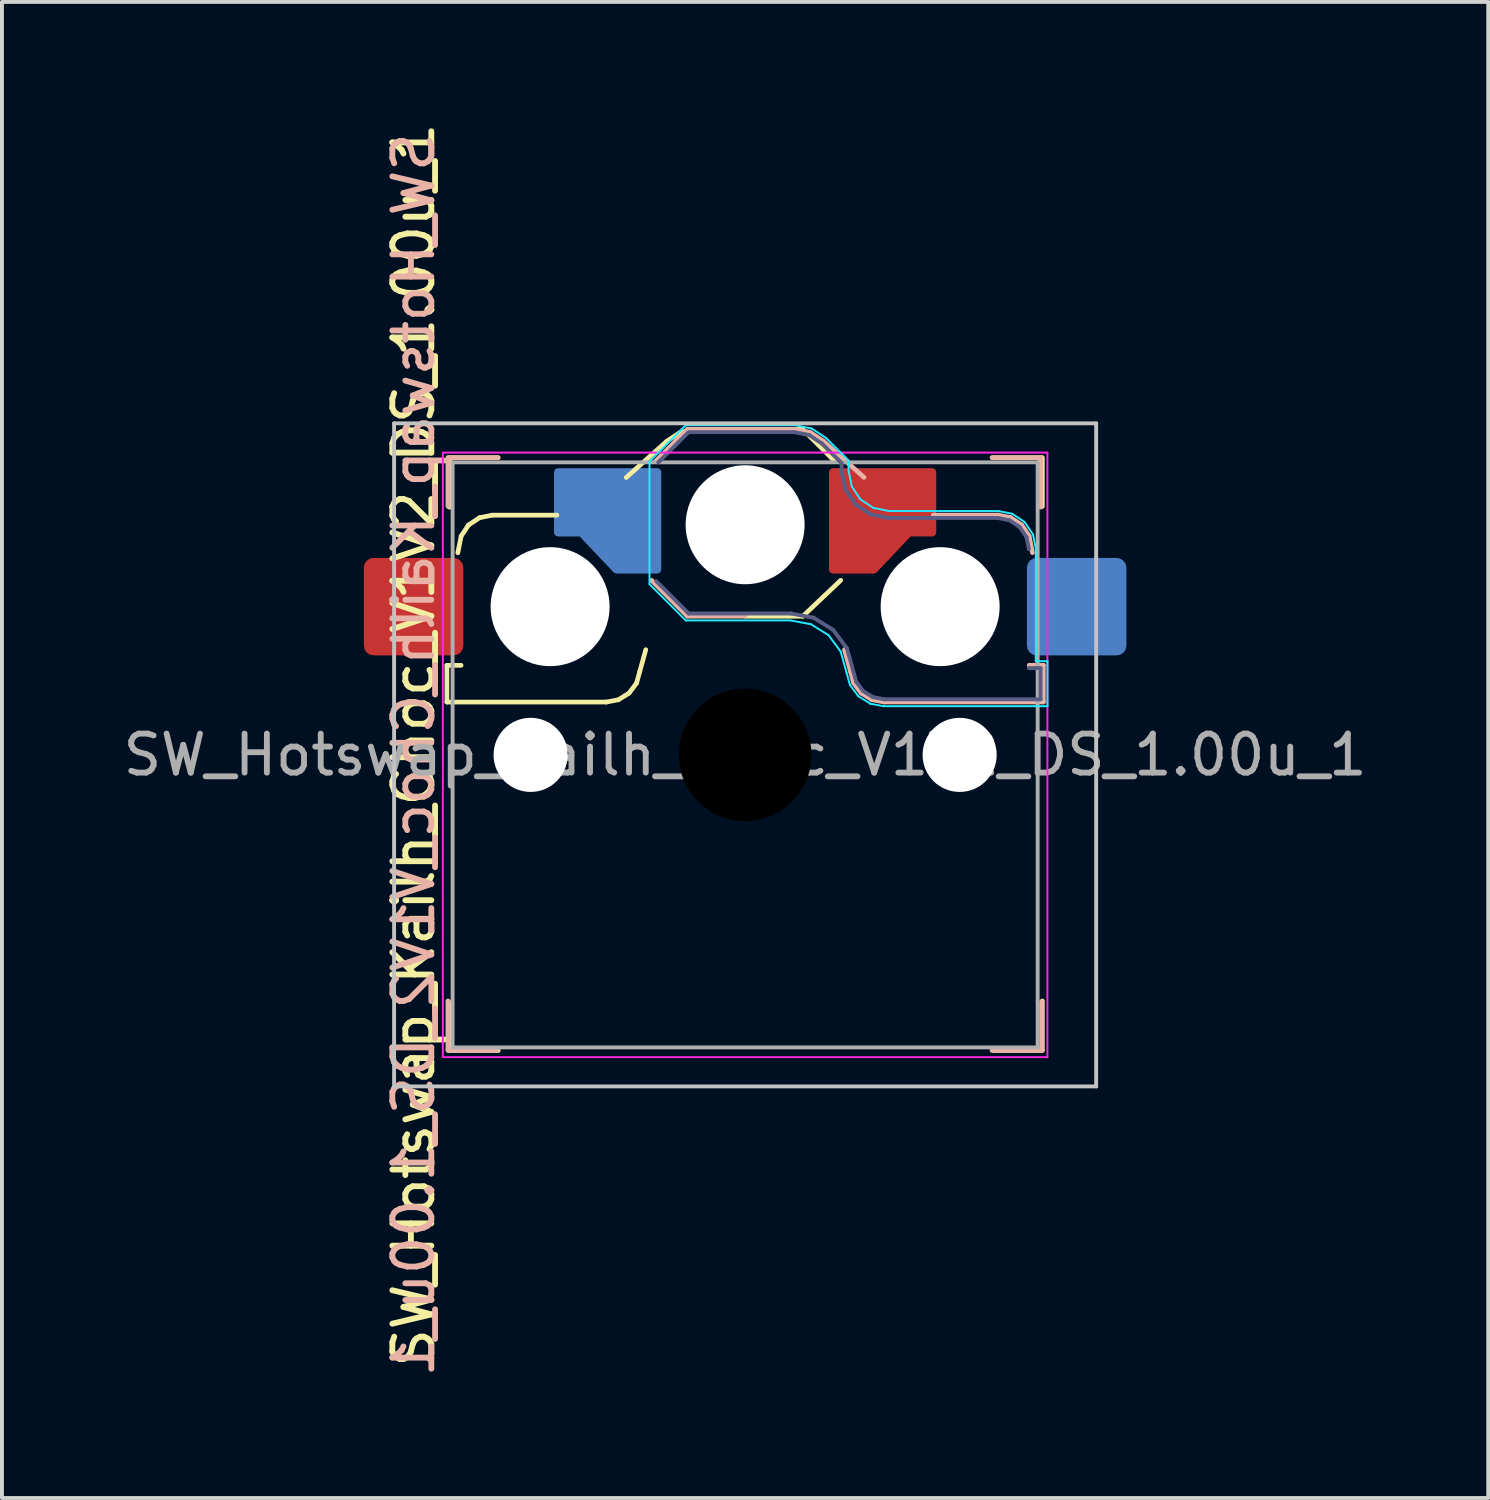
<source format=kicad_pcb>
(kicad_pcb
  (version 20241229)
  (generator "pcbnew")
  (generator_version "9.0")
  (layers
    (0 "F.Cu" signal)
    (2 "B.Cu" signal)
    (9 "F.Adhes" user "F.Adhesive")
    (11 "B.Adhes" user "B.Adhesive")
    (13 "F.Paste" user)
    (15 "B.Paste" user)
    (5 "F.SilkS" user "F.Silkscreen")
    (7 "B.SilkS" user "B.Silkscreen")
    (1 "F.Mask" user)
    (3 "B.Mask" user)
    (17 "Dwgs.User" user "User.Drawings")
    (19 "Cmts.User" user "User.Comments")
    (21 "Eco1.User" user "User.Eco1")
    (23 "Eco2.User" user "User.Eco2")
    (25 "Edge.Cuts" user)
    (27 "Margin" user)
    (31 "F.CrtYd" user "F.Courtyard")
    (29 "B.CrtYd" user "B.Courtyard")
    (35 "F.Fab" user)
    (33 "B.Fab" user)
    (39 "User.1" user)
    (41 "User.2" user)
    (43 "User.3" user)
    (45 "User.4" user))
  (footprint "SW_Hotswap_Kailh_Choc_V1V2_DS_1.00u_1"
    (layer "F.Cu")
    (at 16.054 16.304)
    (property "Reference" "SW_Hotswap_Kailh_Choc_V1V2_DS_1.00u_1" (at -8.5 0 90) (unlocked yes) (layer "B.SilkS") (effects (font (size 1 1) (thickness 0.15)) (justify mirror)))
    (attr smd)
    (fp_line (start -7.646 -2.296) (end -7.646 -1.354) (stroke (width 0.12) (type solid)) (layer "F.SilkS"))
    (fp_line (start -7.646 -1.354) (end -3.56 -1.354) (stroke (width 0.12) (type solid)) (layer "F.SilkS"))
    (fp_line (start -7.6 6.33) (end -7.6 7.58) (stroke (width 0.12) (type solid)) (layer "F.SilkS"))
    (fp_line (start -7.58 -7.62) (end -7.58 -6.37) (stroke (width 0.12) (type solid)) (layer "F.SilkS"))
    (fp_line (start -7.58 -7.6) (end -7.58 -6.35) (stroke (width 0.12) (type solid)) (layer "F.SilkS"))
    (fp_line (start -7.58 7.58) (end -6.33 7.58) (stroke (width 0.12) (type solid)) (layer "F.SilkS"))
    (fp_line (start -7.283 -2.296) (end -7.646 -2.296) (stroke (width 0.12) (type solid)) (layer "F.SilkS"))
    (fp_line (start -7.281 -5.609) (end -7.366 -5.182) (stroke (width 0.12) (type solid)) (layer "F.SilkS"))
    (fp_line (start -7.092 -5.892) (end -7.281 -5.609) (stroke (width 0.12) (type solid)) (layer "F.SilkS"))
    (fp_line (start -6.809 -6.081) (end -7.092 -5.892) (stroke (width 0.12) (type solid)) (layer "F.SilkS"))
    (fp_line (start -6.482 -6.146) (end -6.809 -6.081) (stroke (width 0.12) (type solid)) (layer "F.SilkS"))
    (fp_line (start -6.33 -7.62) (end -7.58 -7.62) (stroke (width 0.12) (type solid)) (layer "F.SilkS"))
    (fp_line (start -4.826 -6.146) (end -6.482 -6.146) (stroke (width 0.12) (type solid)) (layer "F.SilkS"))
    (fp_line (start -3.56 -1.354) (end -3.25 -1.413) (stroke (width 0.12) (type solid)) (layer "F.SilkS"))
    (fp_line (start -3.25 -1.413) (end -2.976 -1.583) (stroke (width 0.12) (type solid)) (layer "F.SilkS"))
    (fp_line (start -2.976 -1.583) (end -2.783 -1.841) (stroke (width 0.12) (type solid)) (layer "F.SilkS"))
    (fp_line (start -2.783 -1.841) (end -2.701 -2.139) (stroke (width 0.12) (type solid)) (layer "F.SilkS"))
    (fp_line (start -2.701 -2.139) (end -2.547 -2.697) (stroke (width 0.12) (type solid)) (layer "F.SilkS"))
    (fp_line (start -2.013 -8.037) (end -3.048 -7.112) (stroke (width 0.12) (type solid)) (layer "F.SilkS"))
    (fp_line (start -1.671 -8.266) (end -2.013 -8.037) (stroke (width 0.12) (type solid)) (layer "F.SilkS"))
    (fp_line (start -1.268 -8.346) (end -1.671 -8.266) (stroke (width 0.12) (type solid)) (layer "F.SilkS"))
    (fp_line (start 0 -3.554) (end 1.479 -3.554) (stroke (width 0.12) (type solid)) (layer "F.SilkS"))
    (fp_line (start 1.479 -8.346) (end -1.268 -8.346) (stroke (width 0.12) (type solid)) (layer "F.SilkS"))
    (fp_line (start 1.479 -3.554) (end 2.45 -4.475) (stroke (width 0.12) (type solid)) (layer "F.SilkS"))
    (fp_line (start 2.3 -7.525) (end 1.479 -8.346) (stroke (width 0.12) (type solid)) (layer "F.SilkS"))
    (fp_line (start 6.37 7.58) (end 7.62 7.58) (stroke (width 0.12) (type solid)) (layer "F.SilkS"))
    (fp_line (start 7.6 -7.62) (end 6.35 -7.62) (stroke (width 0.12) (type solid)) (layer "F.SilkS"))
    (fp_line (start 7.62 -6.37) (end 7.62 -7.62) (stroke (width 0.12) (type solid)) (layer "F.SilkS"))
    (fp_line (start 7.62 7.56) (end 7.62 6.31) (stroke (width 0.12) (type solid)) (layer "F.SilkS"))
    (fp_line (start -7.62 -6.372) (end -7.62 -7.622) (stroke (width 0.12) (type solid)) (layer "B.SilkS"))
    (fp_line (start -7.62 7.558) (end -7.62 6.308) (stroke (width 0.12) (type solid)) (layer "B.SilkS"))
    (fp_line (start -7.6 -7.622) (end -6.35 -7.622) (stroke (width 0.12) (type solid)) (layer "B.SilkS"))
    (fp_line (start -6.37 7.578) (end -7.62 7.578) (stroke (width 0.12) (type solid)) (layer "B.SilkS"))
    (fp_line (start -2.3 -7.525) (end -1.479 -8.348) (stroke (width 0.12) (type solid)) (layer "B.SilkS"))
    (fp_line (start -1.479 -8.348) (end 1.268 -8.348) (stroke (width 0.12) (type solid)) (layer "B.SilkS"))
    (fp_line (start -1.479 -3.556) (end -2.4 -4.475) (stroke (width 0.12) (type solid)) (layer "B.SilkS"))
    (fp_line (start 0 -3.556) (end -1.479 -3.556) (stroke (width 0.12) (type solid)) (layer "B.SilkS"))
    (fp_line (start 1.268 -8.348) (end 1.671 -8.268) (stroke (width 0.12) (type solid)) (layer "B.SilkS"))
    (fp_line (start 1.671 -8.268) (end 2.013 -8.039) (stroke (width 0.12) (type solid)) (layer "B.SilkS"))
    (fp_line (start 2.013 -8.039) (end 3.048 -7.114) (stroke (width 0.12) (type solid)) (layer "B.SilkS"))
    (fp_line (start 2.701 -2.141) (end 2.547 -2.699) (stroke (width 0.12) (type solid)) (layer "B.SilkS"))
    (fp_line (start 2.783 -1.843) (end 2.701 -2.141) (stroke (width 0.12) (type solid)) (layer "B.SilkS"))
    (fp_line (start 2.976 -1.585) (end 2.783 -1.843) (stroke (width 0.12) (type solid)) (layer "B.SilkS"))
    (fp_line (start 3.25 -1.415) (end 2.976 -1.585) (stroke (width 0.12) (type solid)) (layer "B.SilkS"))
    (fp_line (start 3.56 -1.356) (end 3.25 -1.415) (stroke (width 0.12) (type solid)) (layer "B.SilkS"))
    (fp_line (start 4.826 -6.148) (end 6.482 -6.148) (stroke (width 0.12) (type solid)) (layer "B.SilkS"))
    (fp_line (start 6.33 -7.622) (end 7.58 -7.622) (stroke (width 0.12) (type solid)) (layer "B.SilkS"))
    (fp_line (start 6.482 -6.148) (end 6.809 -6.083) (stroke (width 0.12) (type solid)) (layer "B.SilkS"))
    (fp_line (start 6.809 -6.083) (end 7.092 -5.894) (stroke (width 0.12) (type solid)) (layer "B.SilkS"))
    (fp_line (start 7.092 -5.894) (end 7.281 -5.611) (stroke (width 0.12) (type solid)) (layer "B.SilkS"))
    (fp_line (start 7.281 -5.611) (end 7.366 -5.184) (stroke (width 0.12) (type solid)) (layer "B.SilkS"))
    (fp_line (start 7.283 -2.298) (end 7.646 -2.298) (stroke (width 0.12) (type solid)) (layer "B.SilkS"))
    (fp_line (start 7.58 -7.622) (end 7.58 -6.372) (stroke (width 0.12) (type solid)) (layer "B.SilkS"))
    (fp_line (start 7.58 -7.602) (end 7.58 -6.352) (stroke (width 0.12) (type solid)) (layer "B.SilkS"))
    (fp_line (start 7.58 7.578) (end 6.33 7.578) (stroke (width 0.12) (type solid)) (layer "B.SilkS"))
    (fp_line (start 7.6 6.328) (end 7.6 7.578) (stroke (width 0.12) (type solid)) (layer "B.SilkS"))
    (fp_line (start 7.646 -2.298) (end 7.646 -1.356) (stroke (width 0.12) (type solid)) (layer "B.SilkS"))
    (fp_line (start 7.646 -1.356) (end 3.56 -1.356) (stroke (width 0.12) (type solid)) (layer "B.SilkS"))
    (fp_line (start -9 -8.5) (end -9 8.5) (stroke (width 0.1) (type solid)) (layer "Dwgs.User"))
    (fp_line (start -9 8.5) (end 9 8.5) (stroke (width 0.1) (type solid)) (layer "Dwgs.User"))
    (fp_line (start 9 -8.5) (end -9 -8.5) (stroke (width 0.1) (type solid)) (layer "Dwgs.User"))
    (fp_line (start 9 8.5) (end 9 -8.5) (stroke (width 0.1) (type solid)) (layer "Dwgs.User"))
    (fp_line (start -7.25 -7.25) (end -7.25 7.25) (stroke (width 0.1) (type solid)) (layer "Eco1.User"))
    (fp_line (start -7.25 7.25) (end 7.25 7.25) (stroke (width 0.1) (type solid)) (layer "Eco1.User"))
    (fp_line (start 7.25 -7.25) (end -7.25 -7.25) (stroke (width 0.1) (type solid)) (layer "Eco1.User"))
    (fp_line (start 7.25 7.25) (end 7.25 -7.25) (stroke (width 0.1) (type solid)) (layer "Eco1.User"))
    (fp_line (start -2.452 -7.523) (end -1.523 -8.452) (stroke (width 0.05) (type solid)) (layer "B.CrtYd"))
    (fp_line (start -2.452 -4.377) (end -2.452 -7.523) (stroke (width 0.05) (type solid)) (layer "B.CrtYd"))
    (fp_line (start -1.523 -8.452) (end 1.278 -8.452) (stroke (width 0.05) (type solid)) (layer "B.CrtYd"))
    (fp_line (start -1.523 -3.448) (end -2.452 -4.377) (stroke (width 0.05) (type solid)) (layer "B.CrtYd"))
    (fp_line (start 1.159 -3.448) (end -1.523 -3.448) (stroke (width 0.05) (type solid)) (layer "B.CrtYd"))
    (fp_line (start 1.278 -8.452) (end 1.712 -8.366) (stroke (width 0.05) (type solid)) (layer "B.CrtYd"))
    (fp_line (start 1.691 -3.348) (end 1.159 -3.448) (stroke (width 0.05) (type solid)) (layer "B.CrtYd"))
    (fp_line (start 1.712 -8.366) (end 2.081 -8.119) (stroke (width 0.05) (type solid)) (layer "B.CrtYd"))
    (fp_line (start 2.081 -8.119) (end 2.652 -7.548) (stroke (width 0.05) (type solid)) (layer "B.CrtYd"))
    (fp_line (start 2.136 -3.071) (end 1.691 -3.348) (stroke (width 0.05) (type solid)) (layer "B.CrtYd"))
    (fp_line (start 2.45 -2.65) (end 2.136 -3.071) (stroke (width 0.05) (type solid)) (layer "B.CrtYd"))
    (fp_line (start 2.599 -2.111) (end 2.45 -2.65) (stroke (width 0.05) (type solid)) (layer "B.CrtYd"))
    (fp_line (start 2.652 -7.548) (end 2.652 -7.292) (stroke (width 0.05) (type solid)) (layer "B.CrtYd"))
    (fp_line (start 2.652 -7.292) (end 2.733 -6.885) (stroke (width 0.05) (type solid)) (layer "B.CrtYd"))
    (fp_line (start 2.687 -1.794) (end 2.599 -2.111) (stroke (width 0.05) (type solid)) (layer "B.CrtYd"))
    (fp_line (start 2.733 -6.885) (end 2.953 -6.553) (stroke (width 0.05) (type solid)) (layer "B.CrtYd"))
    (fp_line (start 2.903 -1.503) (end 2.687 -1.794) (stroke (width 0.05) (type solid)) (layer "B.CrtYd"))
    (fp_line (start 2.953 -6.553) (end 3.285 -6.333) (stroke (width 0.05) (type solid)) (layer "B.CrtYd"))
    (fp_line (start 3.211 -1.312) (end 2.903 -1.503) (stroke (width 0.05) (type solid)) (layer "B.CrtYd"))
    (fp_line (start 3.285 -6.333) (end 3.692 -6.252) (stroke (width 0.05) (type solid)) (layer "B.CrtYd"))
    (fp_line (start 3.55 -1.248) (end 3.211 -1.312) (stroke (width 0.05) (type solid)) (layer "B.CrtYd"))
    (fp_line (start 3.692 -6.252) (end 6.492 -6.252) (stroke (width 0.05) (type solid)) (layer "B.CrtYd"))
    (fp_line (start 6.492 -6.252) (end 6.85 -6.181) (stroke (width 0.05) (type solid)) (layer "B.CrtYd"))
    (fp_line (start 6.85 -6.181) (end 7.168 -5.968) (stroke (width 0.05) (type solid)) (layer "B.CrtYd"))
    (fp_line (start 7.168 -5.968) (end 7.381 -5.65) (stroke (width 0.05) (type solid)) (layer "B.CrtYd"))
    (fp_line (start 7.381 -5.65) (end 7.452 -5.292) (stroke (width 0.05) (type solid)) (layer "B.CrtYd"))
    (fp_line (start 7.452 -5.292) (end 7.452 -2.402) (stroke (width 0.05) (type solid)) (layer "B.CrtYd"))
    (fp_line (start 7.452 -2.402) (end 7.752 -2.402) (stroke (width 0.05) (type solid)) (layer "B.CrtYd"))
    (fp_line (start 7.752 -2.402) (end 7.752 -1.248) (stroke (width 0.05) (type solid)) (layer "B.CrtYd"))
    (fp_line (start 7.752 -1.248) (end 3.55 -1.248) (stroke (width 0.05) (type solid)) (layer "B.CrtYd"))
    (fp_line (start -7.75 -7.75) (end -7.75 7.75) (stroke (width 0.05) (type solid)) (layer "F.CrtYd"))
    (fp_line (start -7.75 7.75) (end 7.75 7.75) (stroke (width 0.05) (type solid)) (layer "F.CrtYd"))
    (fp_line (start 7.75 -7.75) (end -7.75 -7.75) (stroke (width 0.05) (type solid)) (layer "F.CrtYd"))
    (fp_line (start 7.75 7.75) (end 7.75 -7.75) (stroke (width 0.05) (type solid)) (layer "F.CrtYd"))
    (fp_line (start -2.225 -7.5) (end -1.475 -8.25) (stroke (width 0.1) (type solid)) (layer "B.Fab"))
    (fp_line (start -1.45 -8.275) (end 1.261 -8.275) (stroke (width 0.1) (type solid)) (layer "B.Fab"))
    (fp_line (start -1.45 -3.625) (end -2.275 -4.45) (stroke (width 0.1) (type solid)) (layer "B.Fab"))
    (fp_line (start 1.175 -3.625) (end -1.45 -3.625) (stroke (width 0.1) (type solid)) (layer "B.Fab"))
    (fp_line (start 1.261 -8.275) (end 1.643 -8.199) (stroke (width 0.1) (type solid)) (layer "B.Fab"))
    (fp_line (start 1.643 -8.199) (end 1.968 -7.982) (stroke (width 0.1) (type solid)) (layer "B.Fab"))
    (fp_line (start 1.756 -3.516) (end 1.175 -3.625) (stroke (width 0.1) (type solid)) (layer "B.Fab"))
    (fp_line (start 1.968 -7.982) (end 2.475 -7.475) (stroke (width 0.1) (type solid)) (layer "B.Fab"))
    (fp_line (start 2.258 -3.203) (end 1.756 -3.516) (stroke (width 0.1) (type solid)) (layer "B.Fab"))
    (fp_line (start 2.475 -7.475) (end 2.475 -7.275) (stroke (width 0.1) (type solid)) (layer "B.Fab"))
    (fp_line (start 2.475 -7.275) (end 2.566 -6.816) (stroke (width 0.1) (type solid)) (layer "B.Fab"))
    (fp_line (start 2.566 -6.816) (end 2.826 -6.426) (stroke (width 0.1) (type solid)) (layer "B.Fab"))
    (fp_line (start 2.612 -2.729) (end 2.258 -3.203) (stroke (width 0.1) (type solid)) (layer "B.Fab"))
    (fp_line (start 2.769 -2.158) (end 2.612 -2.729) (stroke (width 0.1) (type solid)) (layer "B.Fab"))
    (fp_line (start 2.826 -6.426) (end 3.216 -6.166) (stroke (width 0.1) (type solid)) (layer "B.Fab"))
    (fp_line (start 2.848 -1.873) (end 2.769 -2.158) (stroke (width 0.1) (type solid)) (layer "B.Fab"))
    (fp_line (start 3.025 -1.636) (end 2.848 -1.873) (stroke (width 0.1) (type solid)) (layer "B.Fab"))
    (fp_line (start 3.216 -6.166) (end 3.675 -6.075) (stroke (width 0.1) (type solid)) (layer "B.Fab"))
    (fp_line (start 3.276 -1.48) (end 3.025 -1.636) (stroke (width 0.1) (type solid)) (layer "B.Fab"))
    (fp_line (start 3.567 -1.425) (end 3.276 -1.48) (stroke (width 0.1) (type solid)) (layer "B.Fab"))
    (fp_line (start 3.675 -6.075) (end 6.475 -6.075) (stroke (width 0.1) (type solid)) (layer "B.Fab"))
    (fp_line (start 6.475 -6.075) (end 6.781 -6.014) (stroke (width 0.1) (type solid)) (layer "B.Fab"))
    (fp_line (start 6.781 -6.014) (end 7.041 -5.841) (stroke (width 0.1) (type solid)) (layer "B.Fab"))
    (fp_line (start 7.041 -5.841) (end 7.214 -5.581) (stroke (width 0.1) (type solid)) (layer "B.Fab"))
    (fp_line (start 7.214 -5.581) (end 7.275 -5.275) (stroke (width 0.1) (type solid)) (layer "B.Fab"))
    (fp_line (start 7.275 -2.225) (end 7.575 -2.225) (stroke (width 0.1) (type solid)) (layer "B.Fab"))
    (fp_line (start 7.575 -2.225) (end 7.575 -1.425) (stroke (width 0.1) (type solid)) (layer "B.Fab"))
    (fp_line (start 7.575 -1.425) (end 3.567 -1.425) (stroke (width 0.1) (type solid)) (layer "B.Fab"))
    (fp_line (start -7.5 -7.5) (end -7.5 7.5) (stroke (width 0.1) (type solid)) (layer "F.Fab"))
    (fp_line (start -7.5 7.5) (end 7.5 7.5) (stroke (width 0.1) (type solid)) (layer "F.Fab"))
    (fp_line (start 7.5 -7.5) (end -7.5 -7.5) (stroke (width 0.1) (type solid)) (layer "F.Fab"))
    (fp_line (start 7.5 7.5) (end 7.5 -7.5) (stroke (width 0.1) (type solid)) (layer "F.Fab"))
    (fp_line (start -0.2 0) (end 0.2 0) (stroke (width 0.1) (type default)) (layer "User.3"))
    (fp_line (start 0 0.2) (end 0 -0.2) (stroke (width 0.1) (type default)) (layer "User.3"))
    (fp_rect (start 7 -7) (end -7 7) (stroke (width 0.1) (type default)) (fill no) (layer "User.3"))
    (fp_poly (pts (xy -7.5 6) (xy -7.5 -6) (xy -6.5 -6) (xy -6.5 6)) (stroke (width 0.1) (type default)) (fill no) (layer "User.3"))
    (fp_poly (pts (xy 6.5 6) (xy 6.5 -6) (xy 7.5 -6) (xy 7.5 6)) (stroke (width 0.1) (type default)) (fill no) (layer "User.3"))
    (fp_text user "${REFERENCE}" (at -8.5 -0.25 90) (layer "F.SilkS") (effects (font (size 1 1) (thickness 0.15))))
    (fp_text user "${REFERENCE}" (at 0 0 0) (layer "F.Fab") (effects (font (size 1 1) (thickness 0.15))))
    (pad "" np_thru_hole circle (at -5.5 0) (size 1.9 1.9) (drill 1.9) (layers "*.Cu" "*.Mask"))
    (pad "" np_thru_hole circle (at -5 -3.8) (size 3.05 3.05) (drill 3.05) (layers "*.Cu" "*.Mask"))
    (pad "" np_thru_hole circle (at 0 -5.9) (size 3.05 3.05) (drill 3.05) (layers "*.Cu" "*.Mask"))
    (pad "" np_thru_hole circle (at 0 0) (size 3.4 3.4) (drill 3.4) (layers "*.Mask"))
    (pad "" np_thru_hole circle (at 5 -3.8) (size 3.05 3.05) (drill 3.05) (layers "*.Cu" "*.Mask"))
    (pad "" np_thru_hole circle (at 5.5 0) (size 1.9 1.9) (drill 1.9) (layers "*.Cu" "*.Mask"))
    (pad "1" smd custom (at -3.5 -6 180) (size 1 1) (layers "B.Cu" "B.Mask" "B.Paste") (options (anchor rect)) (primitives (gr_poly (pts (xy -1.25 -1.25) (xy -1.25 1.25) (xy 1.3 1.25) (xy 1.3 -0.3) (xy 0.7 -0.3) (xy -0.2 -1.25)) (width 0.2) (fill yes))))
    (pad "1" smd custom (at 3.5 -6) (size 1 1) (layers "F.Cu" "F.Mask" "F.Paste") (options (anchor rect)) (primitives (gr_poly (pts (xy -1.25 1.25) (xy -1.25 -1.25) (xy 1.3 -1.25) (xy 1.3 0.3) (xy 0.7 0.3) (xy -0.2 1.25)) (width 0.2) (fill yes))))
    (pad "2" smd roundrect (at -8.5 -3.8) (size 2.55 2.5) (layers "F.Cu" "F.Mask" "F.Paste") (roundrect_rratio 0.1))
    (pad "2" smd roundrect (at 8.5 -3.8) (size 2.55 2.5) (layers "B.Cu" "B.Mask" "B.Paste") (roundrect_rratio 0.1)))
  (gr_rect
    (start -3 -3)
    (end 35.107 35.357)
    (stroke (width 0.1) (type default))
    (fill no)
    (layer "Edge.Cuts")))
</source>
